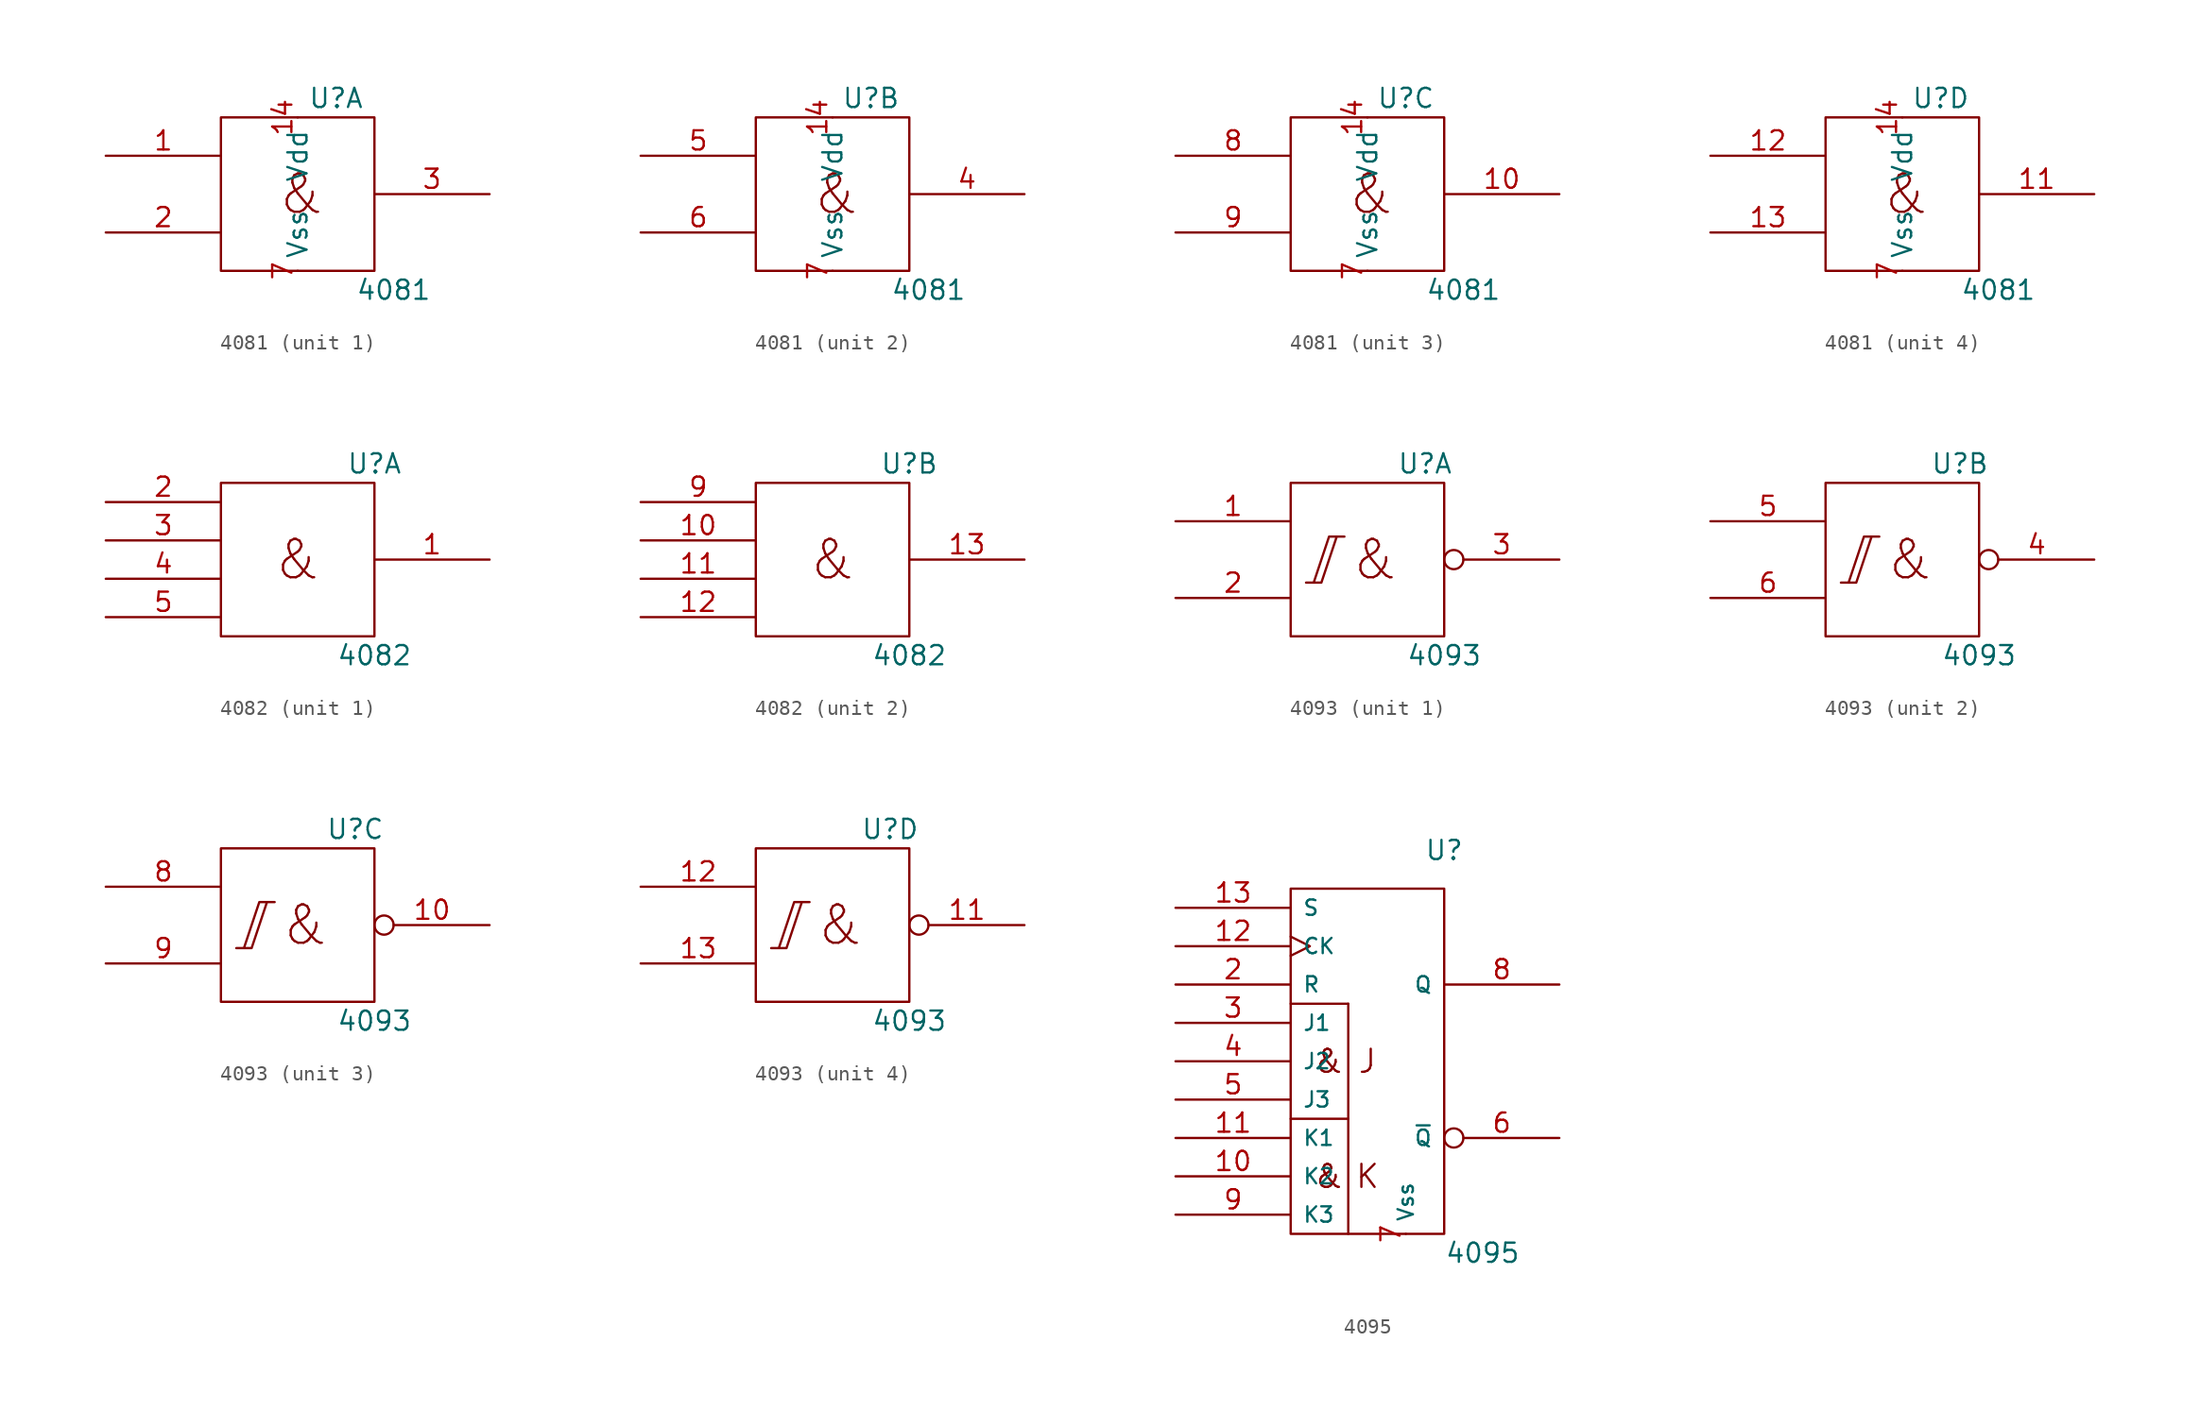
<source format=kicad_sym>
(kicad_symbol_lib
  (version 20201005)
  (generator kicad_symbol_editor)
  (symbol "4xxx_IEEE:4081"
    (pin_names
      (offset 0.762))
    (property "Reference" "U"
      (at 2.54 6.35 0)
      (effects (font (size 1.27 1.27))))
    (property "Value" "4081"
      (at 6.35 -6.35 0)
      (effects (font (size 1.27 1.27))))
    (symbol "4081_0_0"
      (text "&" (at 0.254 0 0) (effects (font (size 2.54 2.54))))
      (rectangle (start -5.08 5.08) (end 5.08 -5.08) (stroke (width 0)) (fill (type none)))
      (pin power_in line (at 0 5.08 270) (length 0) (name "Vdd" (effects (font (size 1.27 1.27)))) (number "14" (effects (font (size 1.27 1.27)))))
      (pin power_in line (at 0 -5.08 90) (length 0) (name "Vss" (effects (font (size 1.27 1.27)))) (number "7" (effects (font (size 1.27 1.27))))))
    (symbol "4081_1_1"
      (pin input line (at -12.7 2.54 0) (length 7.62) (name "~" (effects (font (size 1.27 1.27)))) (number "1" (effects (font (size 1.27 1.27)))))
      (pin input line (at -12.7 -2.54 0) (length 7.62) (name "~" (effects (font (size 1.27 1.27)))) (number "2" (effects (font (size 1.27 1.27)))))
      (pin output line (at 12.7 0 180) (length 7.62) (name "~" (effects (font (size 1.27 1.27)))) (number "3" (effects (font (size 1.27 1.27))))))
    (symbol "4081_2_1"
      (pin output line (at 12.7 0 180) (length 7.62) (name "~" (effects (font (size 1.27 1.27)))) (number "4" (effects (font (size 1.27 1.27)))))
      (pin input line (at -12.7 2.54 0) (length 7.62) (name "~" (effects (font (size 1.27 1.27)))) (number "5" (effects (font (size 1.27 1.27)))))
      (pin input line (at -12.7 -2.54 0) (length 7.62) (name "~" (effects (font (size 1.27 1.27)))) (number "6" (effects (font (size 1.27 1.27))))))
    (symbol "4081_3_1"
      (pin output line (at 12.7 0 180) (length 7.62) (name "~" (effects (font (size 1.27 1.27)))) (number "10" (effects (font (size 1.27 1.27)))))
      (pin input line (at -12.7 2.54 0) (length 7.62) (name "~" (effects (font (size 1.27 1.27)))) (number "8" (effects (font (size 1.27 1.27)))))
      (pin input line (at -12.7 -2.54 0) (length 7.62) (name "~" (effects (font (size 1.27 1.27)))) (number "9" (effects (font (size 1.27 1.27))))))
    (symbol "4081_4_1"
      (pin output line (at 12.7 0 180) (length 7.62) (name "~" (effects (font (size 1.27 1.27)))) (number "11" (effects (font (size 1.27 1.27)))))
      (pin input line (at -12.7 2.54 0) (length 7.62) (name "~" (effects (font (size 1.27 1.27)))) (number "12" (effects (font (size 1.27 1.27)))))
      (pin input line (at -12.7 -2.54 0) (length 7.62) (name "~" (effects (font (size 1.27 1.27)))) (number "13" (effects (font (size 1.27 1.27)))))))
  (symbol "4xxx_IEEE:4082"
    (pin_names
      (offset 1.016))
    (property "Reference" "U"
      (at 5.08 6.35 0)
      (effects (font (size 1.27 1.27))))
    (property "Value" "4082"
      (at 5.08 -6.35 0)
      (effects (font (size 1.27 1.27))))
    (symbol "4082_0_0"
      (text "&" (at 0 0 0) (effects (font (size 2.54 2.54))))
      (pin power_in line (at 0 5.08 270) (length 0) hide (name "Vdd" (effects (font (size 1.016 1.016)))) (number "14" (effects (font (size 1.27 1.27)))))
      (pin power_in line (at 0 -5.08 90) (length 0) hide (name "Vss" (effects (font (size 1.016 1.016)))) (number "7" (effects (font (size 1.27 1.27))))))
    (symbol "4082_0_1"
      (rectangle (start -5.08 5.08) (end 5.08 -5.08) (stroke (width 0)) (fill (type none))))
    (symbol "4082_1_1"
      (pin output line (at 12.7 0 180) (length 7.62) (name "~" (effects (font (size 1.27 1.27)))) (number "1" (effects (font (size 1.27 1.27)))))
      (pin input line (at -12.7 3.81 0) (length 7.62) (name "~" (effects (font (size 1.27 1.27)))) (number "2" (effects (font (size 1.27 1.27)))))
      (pin input line (at -12.7 1.27 0) (length 7.62) (name "~" (effects (font (size 1.27 1.27)))) (number "3" (effects (font (size 1.27 1.27)))))
      (pin input line (at -12.7 -1.27 0) (length 7.62) (name "~" (effects (font (size 1.27 1.27)))) (number "4" (effects (font (size 1.27 1.27)))))
      (pin input line (at -12.7 -3.81 0) (length 7.62) (name "~" (effects (font (size 1.016 1.016)))) (number "5" (effects (font (size 1.27 1.27))))))
    (symbol "4082_2_1"
      (pin input line (at -12.7 1.27 0) (length 7.62) (name "~" (effects (font (size 1.27 1.27)))) (number "10" (effects (font (size 1.27 1.27)))))
      (pin input line (at -12.7 -1.27 0) (length 7.62) (name "~" (effects (font (size 1.27 1.27)))) (number "11" (effects (font (size 1.27 1.27)))))
      (pin input line (at -12.7 -3.81 0) (length 7.62) (name "~" (effects (font (size 1.016 1.016)))) (number "12" (effects (font (size 1.27 1.27)))))
      (pin output line (at 12.7 0 180) (length 7.62) (name "~" (effects (font (size 1.27 1.27)))) (number "13" (effects (font (size 1.27 1.27)))))
      (pin input line (at -12.7 3.81 0) (length 7.62) (name "~" (effects (font (size 1.27 1.27)))) (number "9" (effects (font (size 1.27 1.27)))))))
  (symbol "4xxx_IEEE:4093"
    (pin_names
      (offset 0.762))
    (property "Reference" "U"
      (at 3.81 6.35 0)
      (effects (font (size 1.27 1.27))))
    (property "Value" "4093"
      (at 5.08 -6.35 0)
      (effects (font (size 1.27 1.27))))
    (symbol "4093_0_0"
      (text "&" (at 0.508 0 0) (effects (font (size 2.54 2.54))))
      (rectangle (start -5.08 5.08) (end 5.08 -5.08) (stroke (width 0)) (fill (type none)))
      (polyline (pts (xy -4.064 -1.524) (xy -3.048 -1.524) (xy -2.032 1.524) (xy -1.524 1.524) (xy -2.54 1.524) (xy -3.556 -1.524) (xy -3.556 -1.524)) (stroke (width 0)) (fill (type none)))
      (pin power_in line (at 0 5.08 270) (length 0) hide (name "Vdd" (effects (font (size 1.27 1.27)))) (number "14" (effects (font (size 1.27 1.27)))))
      (pin power_in line (at 0 -5.08 90) (length 0) hide (name "Vss" (effects (font (size 1.27 1.27)))) (number "7" (effects (font (size 1.27 1.27))))))
    (symbol "4093_1_1"
      (pin input line (at -12.7 2.54 0) (length 7.62) (name "~" (effects (font (size 1.27 1.27)))) (number "1" (effects (font (size 1.27 1.27)))))
      (pin input line (at -12.7 -2.54 0) (length 7.62) (name "~" (effects (font (size 1.27 1.27)))) (number "2" (effects (font (size 1.27 1.27)))))
      (pin output inverted (at 12.7 0 180) (length 7.62) (name "~" (effects (font (size 1.27 1.27)))) (number "3" (effects (font (size 1.27 1.27))))))
    (symbol "4093_2_1"
      (pin output inverted (at 12.7 0 180) (length 7.62) (name "~" (effects (font (size 1.27 1.27)))) (number "4" (effects (font (size 1.27 1.27)))))
      (pin input line (at -12.7 2.54 0) (length 7.62) (name "~" (effects (font (size 1.27 1.27)))) (number "5" (effects (font (size 1.27 1.27)))))
      (pin input line (at -12.7 -2.54 0) (length 7.62) (name "~" (effects (font (size 1.27 1.27)))) (number "6" (effects (font (size 1.27 1.27))))))
    (symbol "4093_3_1"
      (pin output inverted (at 12.7 0 180) (length 7.62) (name "~" (effects (font (size 1.27 1.27)))) (number "10" (effects (font (size 1.27 1.27)))))
      (pin input line (at -12.7 2.54 0) (length 7.62) (name "~" (effects (font (size 1.27 1.27)))) (number "8" (effects (font (size 1.27 1.27)))))
      (pin input line (at -12.7 -2.54 0) (length 7.62) (name "~" (effects (font (size 1.27 1.27)))) (number "9" (effects (font (size 1.27 1.27))))))
    (symbol "4093_4_1"
      (pin output inverted (at 12.7 0 180) (length 7.62) (name "~" (effects (font (size 1.27 1.27)))) (number "11" (effects (font (size 1.27 1.27)))))
      (pin input line (at -12.7 2.54 0) (length 7.62) (name "~" (effects (font (size 1.27 1.27)))) (number "12" (effects (font (size 1.27 1.27)))))
      (pin input line (at -12.7 -2.54 0) (length 7.62) (name "~" (effects (font (size 1.27 1.27)))) (number "13" (effects (font (size 1.27 1.27)))))))
  (symbol "4xxx_IEEE:4095"
    (pin_names
      (offset 0.762))
    (property "Reference" "U"
      (at 5.08 13.97 0)
      (effects (font (size 1.27 1.27))))
    (property "Value" "4095"
      (at 7.62 -12.7 0)
      (effects (font (size 1.27 1.27))))
    (symbol "4095_0_0"
      (text "&" (at -2.54 -7.62 0) (effects (font (size 1.524 1.524))))
      (text "&" (at -2.54 0 0) (effects (font (size 1.524 1.524))))
      (text "J" (at 0 0 0) (effects (font (size 1.524 1.524))))
      (text "K" (at 0 -7.62 0) (effects (font (size 1.524 1.524)))))
    (symbol "4095_0_1"
      (rectangle (start -5.08 -3.81) (end -1.27 -3.81) (stroke (width 0)) (fill (type none)))
      (rectangle (start -5.08 3.81) (end -1.27 3.81) (stroke (width 0)) (fill (type none)))
      (rectangle (start -5.08 11.43) (end 5.08 -11.43) (stroke (width 0)) (fill (type none)))
      (rectangle (start -1.27 -3.81) (end -1.27 -11.43) (stroke (width 0)) (fill (type none)))
      (rectangle (start -1.27 -3.81) (end -1.27 3.81) (stroke (width 0)) (fill (type none))))
    (symbol "4095_1_1"
      (pin input line (at -12.7 -7.62 0) (length 7.62) (name "K2" (effects (font (size 1.016 1.016)))) (number "10" (effects (font (size 1.27 1.27)))))
      (pin input line (at -12.7 -5.08 0) (length 7.62) (name "K1" (effects (font (size 1.016 1.016)))) (number "11" (effects (font (size 1.27 1.27)))))
      (pin input clock (at -12.7 7.62 0) (length 7.62) (name "CK" (effects (font (size 1.016 1.016)))) (number "12" (effects (font (size 1.27 1.27)))))
      (pin input line (at -12.7 10.16 0) (length 7.62) (name "S" (effects (font (size 1.016 1.016)))) (number "13" (effects (font (size 1.27 1.27)))))
      (pin power_in line (at 2.54 11.43 270) (length 0) hide (name "Vdd" (effects (font (size 1.016 1.016)))) (number "14" (effects (font (size 1.27 1.27)))))
      (pin input line (at -12.7 5.08 0) (length 7.62) (name "R" (effects (font (size 1.016 1.016)))) (number "2" (effects (font (size 1.27 1.27)))))
      (pin input line (at -12.7 2.54 0) (length 7.62) (name "J1" (effects (font (size 1.016 1.016)))) (number "3" (effects (font (size 1.27 1.27)))))
      (pin input line (at -12.7 0 0) (length 7.62) (name "J2" (effects (font (size 1.016 1.016)))) (number "4" (effects (font (size 1.27 1.27)))))
      (pin input line (at -12.7 -2.54 0) (length 7.62) (name "J3" (effects (font (size 1.016 1.016)))) (number "5" (effects (font (size 1.27 1.27)))))
      (pin output inverted (at 12.7 -5.08 180) (length 7.62) (name "~Q" (effects (font (size 1.016 1.016)))) (number "6" (effects (font (size 1.27 1.27)))))
      (pin power_in line (at 2.54 -11.43 90) (length 0) (name "Vss" (effects (font (size 1.016 1.016)))) (number "7" (effects (font (size 1.27 1.27)))))
      (pin output line (at 12.7 5.08 180) (length 7.62) (name "Q" (effects (font (size 1.016 1.016)))) (number "8" (effects (font (size 1.27 1.27)))))
      (pin input line (at -12.7 -10.16 0) (length 7.62) (name "K3" (effects (font (size 1.016 1.016)))) (number "9" (effects (font (size 1.27 1.27))))))))
</source>
